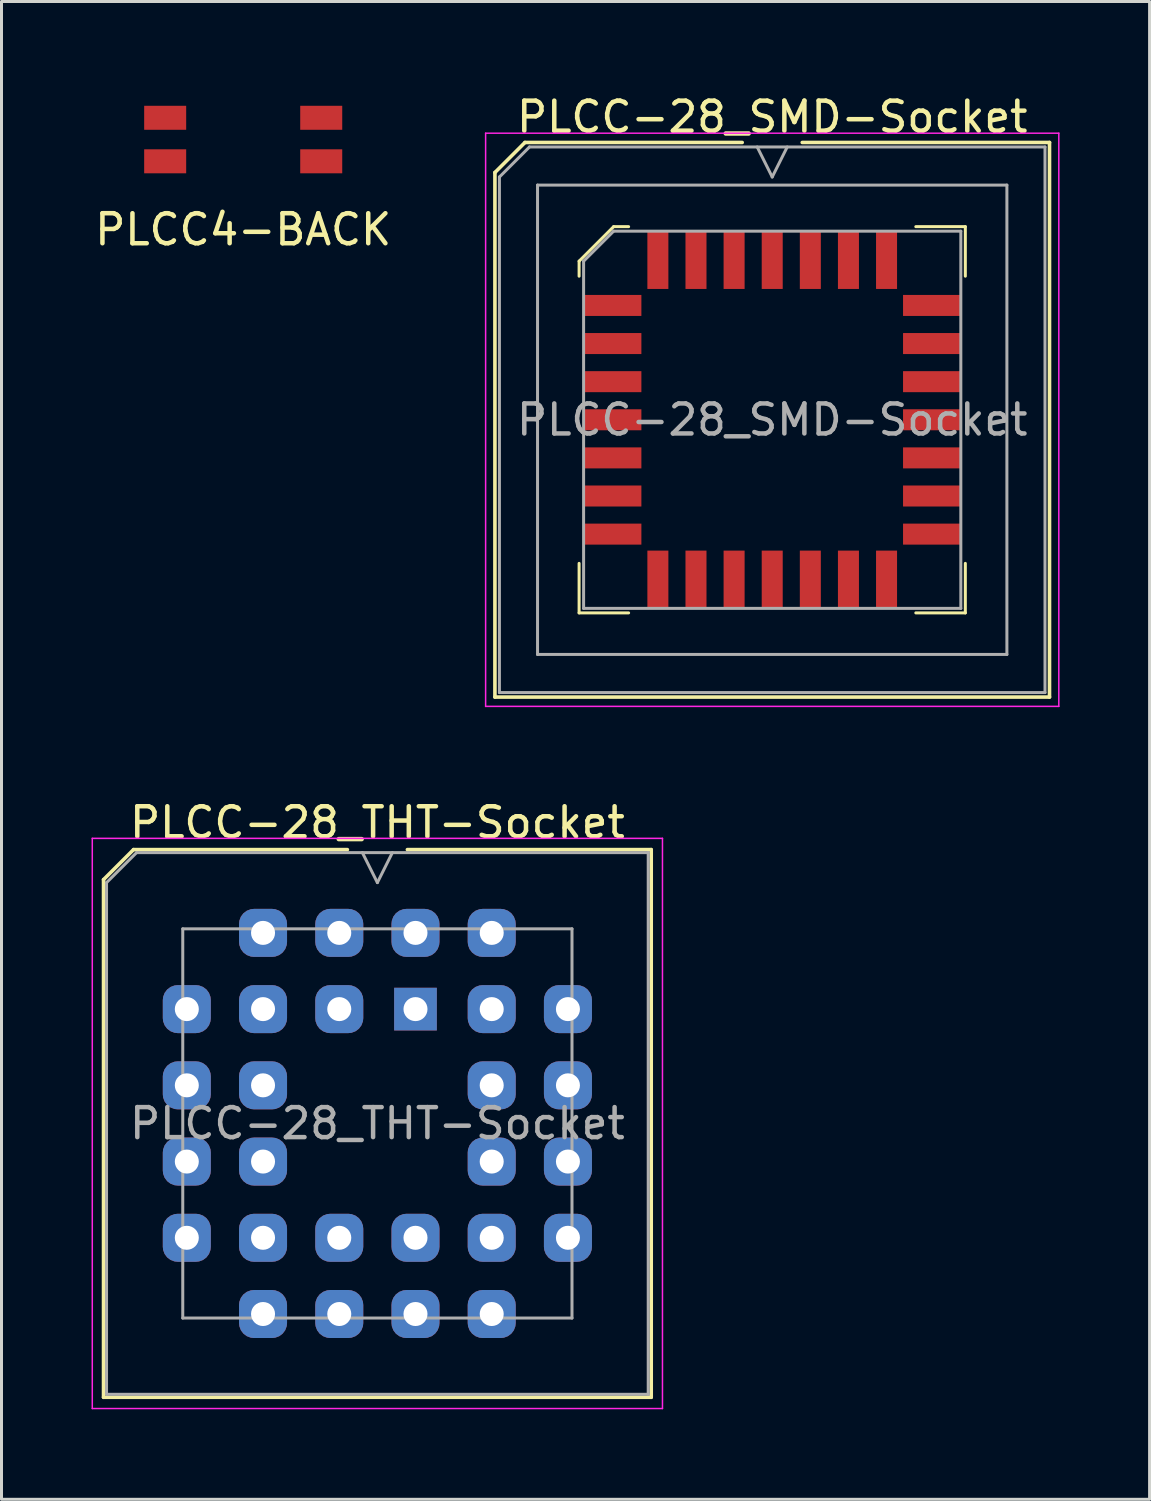
<source format=kicad_pcb>
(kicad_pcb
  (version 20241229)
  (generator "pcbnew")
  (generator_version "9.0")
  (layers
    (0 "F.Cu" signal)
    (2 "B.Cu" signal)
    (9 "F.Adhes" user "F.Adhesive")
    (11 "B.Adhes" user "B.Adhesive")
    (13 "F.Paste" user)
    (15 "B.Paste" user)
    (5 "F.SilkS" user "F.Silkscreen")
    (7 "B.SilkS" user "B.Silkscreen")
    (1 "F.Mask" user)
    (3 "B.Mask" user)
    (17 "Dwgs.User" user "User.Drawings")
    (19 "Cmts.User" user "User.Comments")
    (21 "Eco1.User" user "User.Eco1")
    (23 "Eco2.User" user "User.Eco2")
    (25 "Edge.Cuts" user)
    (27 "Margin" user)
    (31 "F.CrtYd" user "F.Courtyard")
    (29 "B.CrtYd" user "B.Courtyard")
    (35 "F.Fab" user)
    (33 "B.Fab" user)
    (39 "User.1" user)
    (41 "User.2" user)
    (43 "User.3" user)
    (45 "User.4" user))
  (footprint "PLCC4-BACK"
    (layer "F.Cu")
    (at 5.054 1.6)
    (property "Reference" "PLCC4-BACK" (at 0 3 0) (layer "F.SilkS") (effects (font (size 1 1) (thickness 0.15))))
    (attr through_hole)
    (fp_circle (center 0 0) (end 0.8 0) (stroke (width 1.6) (type solid)) (fill no) (layer "F.Mask"))
    (fp_circle (center 0 0) (end 0.8 0) (stroke (width 1.6) (type solid)) (fill no) (layer "B.Mask"))
    (pad "1" smd rect (at 2.6 -0.725 90) (size 0.8 1.4) (layers "F.Cu" "F.Mask" "F.Paste"))
    (pad "2" smd rect (at -2.6 -0.725 90) (size 0.8 1.4) (layers "F.Cu" "F.Mask" "F.Paste"))
    (pad "3" smd rect (at -2.6 0.725 90) (size 0.8 1.4) (layers "F.Cu" "F.Mask" "F.Paste"))
    (pad "4" smd rect (at 2.6 0.725 90) (size 0.8 1.4) (layers "F.Cu" "F.Mask" "F.Paste")))
  (footprint "PLCC-28_SMD-Socket"
    (layer "F.Cu")
    (at 22.682 10.938)
    (property "Reference" "PLCC-28_SMD-Socket" (at 0 -10.09 0) (layer "F.SilkS") (effects (font (size 1 1) (thickness 0.15))))
    (attr smd)
    (fp_line (start -9.24 -8.24) (end -9.24 9.24) (stroke (width 0.12) (type solid)) (layer "F.SilkS"))
    (fp_line (start -9.24 9.24) (end 9.24 9.24) (stroke (width 0.12) (type solid)) (layer "F.SilkS"))
    (fp_line (start -8.24 -9.24) (end -9.24 -8.24) (stroke (width 0.12) (type solid)) (layer "F.SilkS"))
    (fp_line (start -6.435 -5.285) (end -6.435 -4.785) (stroke (width 0.1) (type solid)) (layer "F.SilkS"))
    (fp_line (start -6.435 6.435) (end -6.435 4.785) (stroke (width 0.1) (type solid)) (layer "F.SilkS"))
    (fp_line (start -5.285 -6.435) (end -6.435 -5.285) (stroke (width 0.1) (type solid)) (layer "F.SilkS"))
    (fp_line (start -4.785 -6.435) (end -5.285 -6.435) (stroke (width 0.1) (type solid)) (layer "F.SilkS"))
    (fp_line (start -4.785 6.435) (end -6.435 6.435) (stroke (width 0.1) (type solid)) (layer "F.SilkS"))
    (fp_line (start -1 -9.24) (end -8.24 -9.24) (stroke (width 0.12) (type solid)) (layer "F.SilkS"))
    (fp_line (start 4.785 -6.435) (end 6.435 -6.435) (stroke (width 0.1) (type solid)) (layer "F.SilkS"))
    (fp_line (start 4.785 6.435) (end 6.435 6.435) (stroke (width 0.1) (type solid)) (layer "F.SilkS"))
    (fp_line (start 6.435 -6.435) (end 6.435 -4.785) (stroke (width 0.1) (type solid)) (layer "F.SilkS"))
    (fp_line (start 6.435 6.435) (end 6.435 4.785) (stroke (width 0.1) (type solid)) (layer "F.SilkS"))
    (fp_line (start 9.24 -9.24) (end 1 -9.24) (stroke (width 0.12) (type solid)) (layer "F.SilkS"))
    (fp_line (start 9.24 9.24) (end 9.24 -9.24) (stroke (width 0.12) (type solid)) (layer "F.SilkS"))
    (fp_line (start -9.55 -9.55) (end -9.55 9.55) (stroke (width 0.05) (type solid)) (layer "F.CrtYd"))
    (fp_line (start -9.55 9.55) (end 9.55 9.55) (stroke (width 0.05) (type solid)) (layer "F.CrtYd"))
    (fp_line (start 9.55 -9.55) (end -9.55 -9.55) (stroke (width 0.05) (type solid)) (layer "F.CrtYd"))
    (fp_line (start 9.55 9.55) (end 9.55 -9.55) (stroke (width 0.05) (type solid)) (layer "F.CrtYd"))
    (fp_line (start -9.09 -8.09) (end -9.09 9.09) (stroke (width 0.1) (type solid)) (layer "F.Fab"))
    (fp_line (start -9.09 9.09) (end 9.09 9.09) (stroke (width 0.1) (type solid)) (layer "F.Fab"))
    (fp_line (start -8.09 -9.09) (end -9.09 -8.09) (stroke (width 0.1) (type solid)) (layer "F.Fab"))
    (fp_line (start -7.82 -7.82) (end -7.82 7.82) (stroke (width 0.1) (type solid)) (layer "F.Fab"))
    (fp_line (start -7.82 7.82) (end 7.82 7.82) (stroke (width 0.1) (type solid)) (layer "F.Fab"))
    (fp_line (start -6.285 -5.285) (end -6.285 6.285) (stroke (width 0.1) (type solid)) (layer "F.Fab"))
    (fp_line (start -6.285 6.285) (end 6.285 6.285) (stroke (width 0.1) (type solid)) (layer "F.Fab"))
    (fp_line (start -5.285 -6.285) (end -6.285 -5.285) (stroke (width 0.1) (type solid)) (layer "F.Fab"))
    (fp_line (start -0.5 -9.09) (end 0 -8.09) (stroke (width 0.1) (type solid)) (layer "F.Fab"))
    (fp_line (start 0 -8.09) (end 0.5 -9.09) (stroke (width 0.1) (type solid)) (layer "F.Fab"))
    (fp_line (start 6.285 -6.285) (end -5.285 -6.285) (stroke (width 0.1) (type solid)) (layer "F.Fab"))
    (fp_line (start 6.285 6.285) (end 6.285 -6.285) (stroke (width 0.1) (type solid)) (layer "F.Fab"))
    (fp_line (start 7.82 -7.82) (end -7.82 -7.82) (stroke (width 0.1) (type solid)) (layer "F.Fab"))
    (fp_line (start 7.82 7.82) (end 7.82 -7.82) (stroke (width 0.1) (type solid)) (layer "F.Fab"))
    (fp_line (start 9.09 -9.09) (end -8.09 -9.09) (stroke (width 0.1) (type solid)) (layer "F.Fab"))
    (fp_line (start 9.09 9.09) (end 9.09 -9.09) (stroke (width 0.1) (type solid)) (layer "F.Fab"))
    (fp_text user "${REFERENCE}" (at 0 0 0) (layer "F.Fab") (effects (font (size 1 1) (thickness 0.15))))
    (pad "1" smd rect (at 0 -5.322) (size 0.7 1.925) (layers "F.Cu" "F.Mask" "F.Paste"))
    (pad "2" smd rect (at -1.27 -5.322) (size 0.7 1.925) (layers "F.Cu" "F.Mask" "F.Paste"))
    (pad "3" smd rect (at -2.54 -5.322) (size 0.7 1.925) (layers "F.Cu" "F.Mask" "F.Paste"))
    (pad "4" smd rect (at -3.81 -5.322) (size 0.7 1.925) (layers "F.Cu" "F.Mask" "F.Paste"))
    (pad "5" smd rect (at -5.322 -3.81) (size 1.925 0.7) (layers "F.Cu" "F.Mask" "F.Paste"))
    (pad "6" smd rect (at -5.322 -2.54) (size 1.925 0.7) (layers "F.Cu" "F.Mask" "F.Paste"))
    (pad "7" smd rect (at -5.322 -1.27) (size 1.925 0.7) (layers "F.Cu" "F.Mask" "F.Paste"))
    (pad "8" smd rect (at -5.322 0) (size 1.925 0.7) (layers "F.Cu" "F.Mask" "F.Paste"))
    (pad "9" smd rect (at -5.322 1.27) (size 1.925 0.7) (layers "F.Cu" "F.Mask" "F.Paste"))
    (pad "10" smd rect (at -5.322 2.54) (size 1.925 0.7) (layers "F.Cu" "F.Mask" "F.Paste"))
    (pad "11" smd rect (at -5.322 3.81) (size 1.925 0.7) (layers "F.Cu" "F.Mask" "F.Paste"))
    (pad "12" smd rect (at -3.81 5.322) (size 0.7 1.925) (layers "F.Cu" "F.Mask" "F.Paste"))
    (pad "13" smd rect (at -2.54 5.322) (size 0.7 1.925) (layers "F.Cu" "F.Mask" "F.Paste"))
    (pad "14" smd rect (at -1.27 5.322) (size 0.7 1.925) (layers "F.Cu" "F.Mask" "F.Paste"))
    (pad "15" smd rect (at 0 5.322) (size 0.7 1.925) (layers "F.Cu" "F.Mask" "F.Paste"))
    (pad "16" smd rect (at 1.27 5.322) (size 0.7 1.925) (layers "F.Cu" "F.Mask" "F.Paste"))
    (pad "17" smd rect (at 2.54 5.322) (size 0.7 1.925) (layers "F.Cu" "F.Mask" "F.Paste"))
    (pad "18" smd rect (at 3.81 5.322) (size 0.7 1.925) (layers "F.Cu" "F.Mask" "F.Paste"))
    (pad "19" smd rect (at 5.322 3.81) (size 1.925 0.7) (layers "F.Cu" "F.Mask" "F.Paste"))
    (pad "20" smd rect (at 5.322 2.54) (size 1.925 0.7) (layers "F.Cu" "F.Mask" "F.Paste"))
    (pad "21" smd rect (at 5.322 1.27) (size 1.925 0.7) (layers "F.Cu" "F.Mask" "F.Paste"))
    (pad "22" smd rect (at 5.322 0) (size 1.925 0.7) (layers "F.Cu" "F.Mask" "F.Paste"))
    (pad "23" smd rect (at 5.322 -1.27) (size 1.925 0.7) (layers "F.Cu" "F.Mask" "F.Paste"))
    (pad "24" smd rect (at 5.322 -2.54) (size 1.925 0.7) (layers "F.Cu" "F.Mask" "F.Paste"))
    (pad "25" smd rect (at 5.322 -3.81) (size 1.925 0.7) (layers "F.Cu" "F.Mask" "F.Paste"))
    (pad "26" smd rect (at 3.81 -5.322) (size 0.7 1.925) (layers "F.Cu" "F.Mask" "F.Paste"))
    (pad "27" smd rect (at 2.54 -5.322) (size 0.7 1.925) (layers "F.Cu" "F.Mask" "F.Paste"))
    (pad "28" smd rect (at 1.27 -5.322) (size 0.7 1.925) (layers "F.Cu" "F.Mask" "F.Paste")))
  (footprint "PLCC-28_THT-Socket"
    (layer "F.Cu")
    (at 10.795 30.576)
    (property "Reference" "PLCC-28_THT-Socket" (at -1.27 -6.215 0) (layer "F.SilkS") (effects (font (size 1 1) (thickness 0.15))))
    (attr through_hole)
    (fp_line (start -10.395 -4.315) (end -10.395 12.935) (stroke (width 0.12) (type solid)) (layer "F.SilkS"))
    (fp_line (start -10.395 12.935) (end 7.855 12.935) (stroke (width 0.12) (type solid)) (layer "F.SilkS"))
    (fp_line (start -9.395 -5.315) (end -10.395 -4.315) (stroke (width 0.12) (type solid)) (layer "F.SilkS"))
    (fp_line (start -2.27 -5.315) (end -9.395 -5.315) (stroke (width 0.12) (type solid)) (layer "F.SilkS"))
    (fp_line (start 7.855 -5.315) (end -0.27 -5.315) (stroke (width 0.12) (type solid)) (layer "F.SilkS"))
    (fp_line (start 7.855 12.935) (end 7.855 -5.315) (stroke (width 0.12) (type solid)) (layer "F.SilkS"))
    (fp_line (start -10.77 -5.69) (end -10.77 13.31) (stroke (width 0.05) (type solid)) (layer "F.CrtYd"))
    (fp_line (start -10.77 13.31) (end 8.23 13.31) (stroke (width 0.05) (type solid)) (layer "F.CrtYd"))
    (fp_line (start 8.23 -5.69) (end -10.77 -5.69) (stroke (width 0.05) (type solid)) (layer "F.CrtYd"))
    (fp_line (start 8.23 13.31) (end 8.23 -5.69) (stroke (width 0.05) (type solid)) (layer "F.CrtYd"))
    (fp_line (start -10.295 -4.215) (end -10.295 12.835) (stroke (width 0.1) (type solid)) (layer "F.Fab"))
    (fp_line (start -10.295 12.835) (end 7.755 12.835) (stroke (width 0.1) (type solid)) (layer "F.Fab"))
    (fp_line (start -9.295 -5.215) (end -10.295 -4.215) (stroke (width 0.1) (type solid)) (layer "F.Fab"))
    (fp_line (start -7.755 -2.675) (end -7.755 10.295) (stroke (width 0.1) (type solid)) (layer "F.Fab"))
    (fp_line (start -7.755 10.295) (end 5.215 10.295) (stroke (width 0.1) (type solid)) (layer "F.Fab"))
    (fp_line (start -1.77 -5.215) (end -1.27 -4.215) (stroke (width 0.1) (type solid)) (layer "F.Fab"))
    (fp_line (start -1.27 -4.215) (end -0.77 -5.215) (stroke (width 0.1) (type solid)) (layer "F.Fab"))
    (fp_line (start 5.215 -2.675) (end -7.755 -2.675) (stroke (width 0.1) (type solid)) (layer "F.Fab"))
    (fp_line (start 5.215 10.295) (end 5.215 -2.675) (stroke (width 0.1) (type solid)) (layer "F.Fab"))
    (fp_line (start 7.755 -5.215) (end -9.295 -5.215) (stroke (width 0.1) (type solid)) (layer "F.Fab"))
    (fp_line (start 7.755 12.835) (end 7.755 -5.215) (stroke (width 0.1) (type solid)) (layer "F.Fab"))
    (fp_text user "${REFERENCE}" (at -1.27 3.81 0) (layer "F.Fab") (effects (font (size 1 1) (thickness 0.15))))
    (pad "1" thru_hole rect (at 0 0) (size 1.422 1.422) (drill 0.8) (layers "*.Cu" "*.Mask"))
    (pad "2" thru_hole roundrect (at -2.54 -2.54) (size 1.6 1.6) (drill 0.8) (layers "*.Cu" "*.Mask") (roundrect_rratio 0.312))
    (pad "3" thru_hole roundrect (at -2.54 0) (size 1.6 1.6) (drill 0.8) (layers "*.Cu" "*.Mask") (roundrect_rratio 0.312))
    (pad "4" thru_hole roundrect (at -5.08 -2.54) (size 1.6 1.6) (drill 0.8) (layers "*.Cu" "*.Mask") (roundrect_rratio 0.312))
    (pad "5" thru_hole roundrect (at -7.62 0) (size 1.6 1.6) (drill 0.8) (layers "*.Cu" "*.Mask") (roundrect_rratio 0.312))
    (pad "6" thru_hole roundrect (at -5.08 0) (size 1.6 1.6) (drill 0.8) (layers "*.Cu" "*.Mask") (roundrect_rratio 0.312))
    (pad "7" thru_hole roundrect (at -7.62 2.54) (size 1.6 1.6) (drill 0.8) (layers "*.Cu" "*.Mask") (roundrect_rratio 0.312))
    (pad "8" thru_hole roundrect (at -5.08 2.54) (size 1.6 1.6) (drill 0.8) (layers "*.Cu" "*.Mask") (roundrect_rratio 0.312))
    (pad "9" thru_hole roundrect (at -7.62 5.08) (size 1.6 1.6) (drill 0.8) (layers "*.Cu" "*.Mask") (roundrect_rratio 0.312))
    (pad "10" thru_hole roundrect (at -5.08 5.08) (size 1.6 1.6) (drill 0.8) (layers "*.Cu" "*.Mask") (roundrect_rratio 0.312))
    (pad "11" thru_hole roundrect (at -7.62 7.62) (size 1.6 1.6) (drill 0.8) (layers "*.Cu" "*.Mask") (roundrect_rratio 0.312))
    (pad "12" thru_hole roundrect (at -5.08 10.16) (size 1.6 1.6) (drill 0.8) (layers "*.Cu" "*.Mask") (roundrect_rratio 0.312))
    (pad "13" thru_hole roundrect (at -5.08 7.62) (size 1.6 1.6) (drill 0.8) (layers "*.Cu" "*.Mask") (roundrect_rratio 0.312))
    (pad "14" thru_hole roundrect (at -2.54 10.16) (size 1.6 1.6) (drill 0.8) (layers "*.Cu" "*.Mask") (roundrect_rratio 0.312))
    (pad "15" thru_hole roundrect (at -2.54 7.62) (size 1.6 1.6) (drill 0.8) (layers "*.Cu" "*.Mask") (roundrect_rratio 0.312))
    (pad "16" thru_hole roundrect (at 0 10.16) (size 1.6 1.6) (drill 0.8) (layers "*.Cu" "*.Mask") (roundrect_rratio 0.312))
    (pad "17" thru_hole roundrect (at 0 7.62) (size 1.6 1.6) (drill 0.8) (layers "*.Cu" "*.Mask") (roundrect_rratio 0.312))
    (pad "18" thru_hole roundrect (at 2.54 10.16) (size 1.6 1.6) (drill 0.8) (layers "*.Cu" "*.Mask") (roundrect_rratio 0.312))
    (pad "19" thru_hole roundrect (at 5.08 7.62) (size 1.6 1.6) (drill 0.8) (layers "*.Cu" "*.Mask") (roundrect_rratio 0.312))
    (pad "20" thru_hole roundrect (at 2.54 7.62) (size 1.6 1.6) (drill 0.8) (layers "*.Cu" "*.Mask") (roundrect_rratio 0.312))
    (pad "21" thru_hole roundrect (at 5.08 5.08) (size 1.6 1.6) (drill 0.8) (layers "*.Cu" "*.Mask") (roundrect_rratio 0.312))
    (pad "22" thru_hole roundrect (at 2.54 5.08) (size 1.6 1.6) (drill 0.8) (layers "*.Cu" "*.Mask") (roundrect_rratio 0.312))
    (pad "23" thru_hole roundrect (at 5.08 2.54) (size 1.6 1.6) (drill 0.8) (layers "*.Cu" "*.Mask") (roundrect_rratio 0.312))
    (pad "24" thru_hole roundrect (at 2.54 2.54) (size 1.6 1.6) (drill 0.8) (layers "*.Cu" "*.Mask") (roundrect_rratio 0.312))
    (pad "25" thru_hole roundrect (at 5.08 0) (size 1.6 1.6) (drill 0.8) (layers "*.Cu" "*.Mask") (roundrect_rratio 0.312))
    (pad "26" thru_hole roundrect (at 2.54 -2.54) (size 1.6 1.6) (drill 0.8) (layers "*.Cu" "*.Mask") (roundrect_rratio 0.312))
    (pad "27" thru_hole roundrect (at 2.54 0) (size 1.6 1.6) (drill 0.8) (layers "*.Cu" "*.Mask") (roundrect_rratio 0.312))
    (pad "28" thru_hole roundrect (at 0 -2.54) (size 1.6 1.6) (drill 0.8) (layers "*.Cu" "*.Mask") (roundrect_rratio 0.312)))
  (gr_rect
    (start -3 -3)
    (end 35.257 46.911)
    (stroke (width 0.1) (type default))
    (fill no)
    (layer "Edge.Cuts")))
</source>
